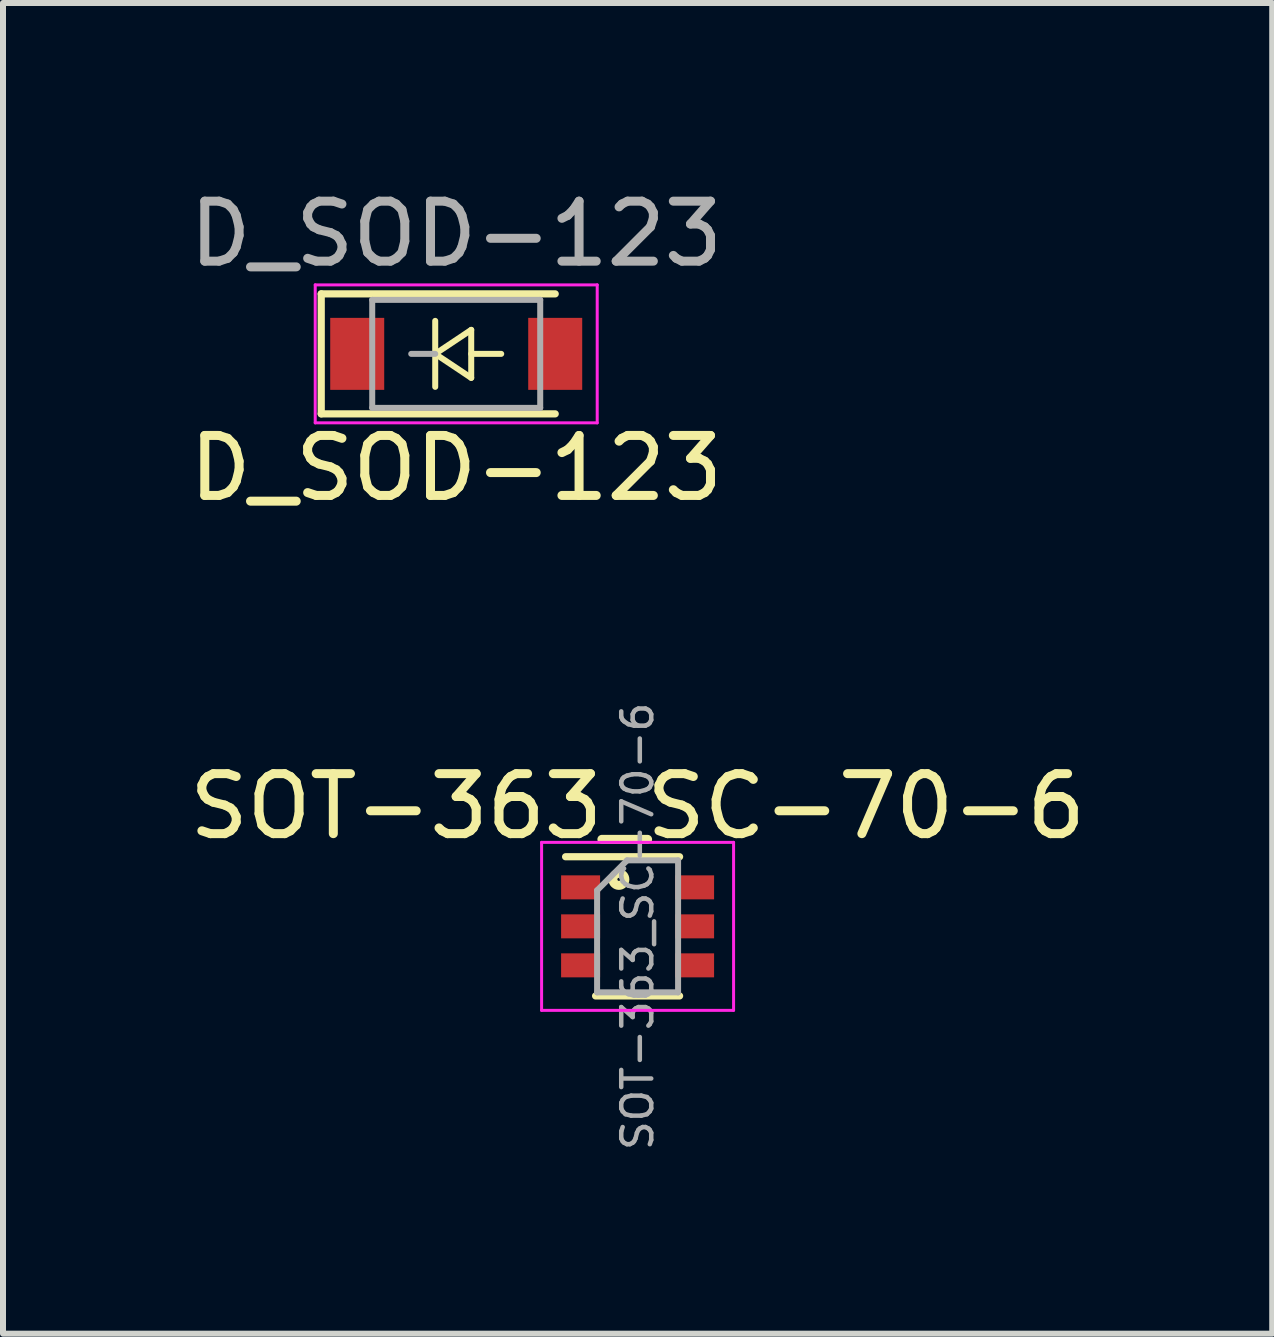
<source format=kicad_pcb>
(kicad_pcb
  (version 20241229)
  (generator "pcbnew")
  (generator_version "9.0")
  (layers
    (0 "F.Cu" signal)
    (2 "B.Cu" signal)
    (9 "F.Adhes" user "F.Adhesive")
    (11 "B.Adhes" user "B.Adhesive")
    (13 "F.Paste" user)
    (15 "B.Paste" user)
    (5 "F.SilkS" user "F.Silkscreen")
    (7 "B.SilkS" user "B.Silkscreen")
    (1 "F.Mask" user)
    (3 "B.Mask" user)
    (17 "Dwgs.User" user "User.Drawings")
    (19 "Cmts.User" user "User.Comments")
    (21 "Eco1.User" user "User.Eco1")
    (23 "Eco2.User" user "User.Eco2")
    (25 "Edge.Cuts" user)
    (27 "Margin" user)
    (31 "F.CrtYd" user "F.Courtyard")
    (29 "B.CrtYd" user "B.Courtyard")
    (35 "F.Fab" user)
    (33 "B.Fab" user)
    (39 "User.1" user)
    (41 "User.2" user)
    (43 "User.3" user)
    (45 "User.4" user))
  (footprint "SOT-363_SC-70-6"
    (layer "F.Cu")
    (at 7.577 12.39)
    (property "Reference" "SOT-363_SC-70-6" (at 0 -2 0) (layer "F.SilkS") (effects (font (size 1 1) (thickness 0.15))))
    (attr smd)
    (fp_line (start -0.7 1.16) (end 0.7 1.16) (stroke (width 0.12) (type solid)) (layer "F.SilkS"))
    (fp_line (start 0.7 -1.16) (end -1.2 -1.16) (stroke (width 0.12) (type solid)) (layer "F.SilkS"))
    (fp_circle (center -0.312 -0.783) (end -0.312 -0.683) (stroke (width 0.15) (type solid)) (fill no) (layer "F.SilkS"))
    (fp_line (start -1.6 -1.4) (end -1.6 1.4) (stroke (width 0.05) (type solid)) (layer "F.CrtYd"))
    (fp_line (start -1.6 -1.4) (end 1.6 -1.4) (stroke (width 0.05) (type solid)) (layer "F.CrtYd"))
    (fp_line (start -1.6 1.4) (end 1.6 1.4) (stroke (width 0.05) (type solid)) (layer "F.CrtYd"))
    (fp_line (start 1.6 1.4) (end 1.6 -1.4) (stroke (width 0.05) (type solid)) (layer "F.CrtYd"))
    (fp_line (start -0.675 -0.6) (end -0.675 1.1) (stroke (width 0.1) (type solid)) (layer "F.Fab"))
    (fp_line (start -0.175 -1.1) (end -0.675 -0.6) (stroke (width 0.1) (type solid)) (layer "F.Fab"))
    (fp_line (start 0.675 -1.1) (end -0.175 -1.1) (stroke (width 0.1) (type solid)) (layer "F.Fab"))
    (fp_line (start 0.675 -1.1) (end 0.675 1.1) (stroke (width 0.1) (type solid)) (layer "F.Fab"))
    (fp_line (start 0.675 1.1) (end -0.675 1.1) (stroke (width 0.1) (type solid)) (layer "F.Fab"))
    (fp_text user "${REFERENCE}" (at 0 0 90) (layer "F.Fab") (effects (font (size 0.5 0.5) (thickness 0.075))))
    (pad "1" smd rect (at -0.95 -0.65) (size 0.65 0.4) (layers "F.Cu" "F.Mask" "F.Paste"))
    (pad "2" smd rect (at -0.95 0) (size 0.65 0.4) (layers "F.Cu" "F.Mask" "F.Paste"))
    (pad "3" smd rect (at -0.95 0.65) (size 0.65 0.4) (layers "F.Cu" "F.Mask" "F.Paste"))
    (pad "4" smd rect (at 0.95 0.65) (size 0.65 0.4) (layers "F.Cu" "F.Mask" "F.Paste"))
    (pad "5" smd rect (at 0.95 0) (size 0.65 0.4) (layers "F.Cu" "F.Mask" "F.Paste"))
    (pad "6" smd rect (at 0.95 -0.65) (size 0.65 0.4) (layers "F.Cu" "F.Mask" "F.Paste")))
  (footprint "D_SOD-123"
    (layer "F.Cu")
    (at 4.554 2.848)
    (property "Reference" "D_SOD-123" (at 0 1.905 0) (layer "F.SilkS") (effects (font (size 1 1) (thickness 0.15))))
    (attr smd)
    (fp_line (start -2.25 -1) (end -2.25 1) (stroke (width 0.12) (type solid)) (layer "F.SilkS"))
    (fp_line (start -2.25 -1) (end 1.65 -1) (stroke (width 0.12) (type solid)) (layer "F.SilkS"))
    (fp_line (start -2.25 1) (end 1.65 1) (stroke (width 0.12) (type solid)) (layer "F.SilkS"))
    (fp_line (start -0.35 0) (end -0.35 -0.55) (stroke (width 0.1) (type solid)) (layer "F.SilkS"))
    (fp_line (start -0.35 0) (end -0.35 0.55) (stroke (width 0.1) (type solid)) (layer "F.SilkS"))
    (fp_line (start -0.35 0) (end 0.25 -0.4) (stroke (width 0.1) (type solid)) (layer "F.SilkS"))
    (fp_line (start 0.25 -0.4) (end 0.25 0.4) (stroke (width 0.1) (type solid)) (layer "F.SilkS"))
    (fp_line (start 0.25 0) (end 0.75 0) (stroke (width 0.1) (type solid)) (layer "F.SilkS"))
    (fp_line (start 0.25 0.4) (end -0.35 0) (stroke (width 0.1) (type solid)) (layer "F.SilkS"))
    (fp_line (start -2.35 -1.15) (end -2.35 1.15) (stroke (width 0.05) (type solid)) (layer "F.CrtYd"))
    (fp_line (start -2.35 -1.15) (end 2.35 -1.15) (stroke (width 0.05) (type solid)) (layer "F.CrtYd"))
    (fp_line (start 2.35 -1.15) (end 2.35 1.15) (stroke (width 0.05) (type solid)) (layer "F.CrtYd"))
    (fp_line (start 2.35 1.15) (end -2.35 1.15) (stroke (width 0.05) (type solid)) (layer "F.CrtYd"))
    (fp_line (start -1.4 -0.9) (end 1.4 -0.9) (stroke (width 0.1) (type solid)) (layer "F.Fab"))
    (fp_line (start -1.4 0.9) (end -1.4 -0.9) (stroke (width 0.1) (type solid)) (layer "F.Fab"))
    (fp_line (start -0.75 0) (end -0.35 0) (stroke (width 0.1) (type solid)) (layer "F.Fab"))
    (fp_line (start 1.4 -0.9) (end 1.4 0.9) (stroke (width 0.1) (type solid)) (layer "F.Fab"))
    (fp_line (start 1.4 0.9) (end -1.4 0.9) (stroke (width 0.1) (type solid)) (layer "F.Fab"))
    (fp_text user "${REFERENCE}" (at 0 -2 0) (layer "F.Fab") (effects (font (size 1 1) (thickness 0.15))))
    (pad "1" smd rect (at -1.65 0) (size 0.9 1.2) (layers "F.Cu" "F.Mask" "F.Paste"))
    (pad "2" smd rect (at 1.65 0) (size 0.9 1.2) (layers "F.Cu" "F.Mask" "F.Paste")))
  (gr_rect
    (start -3 -3)
    (end 18.155 19.179)
    (stroke (width 0.1) (type default))
    (fill no)
    (layer "Edge.Cuts")))
</source>
